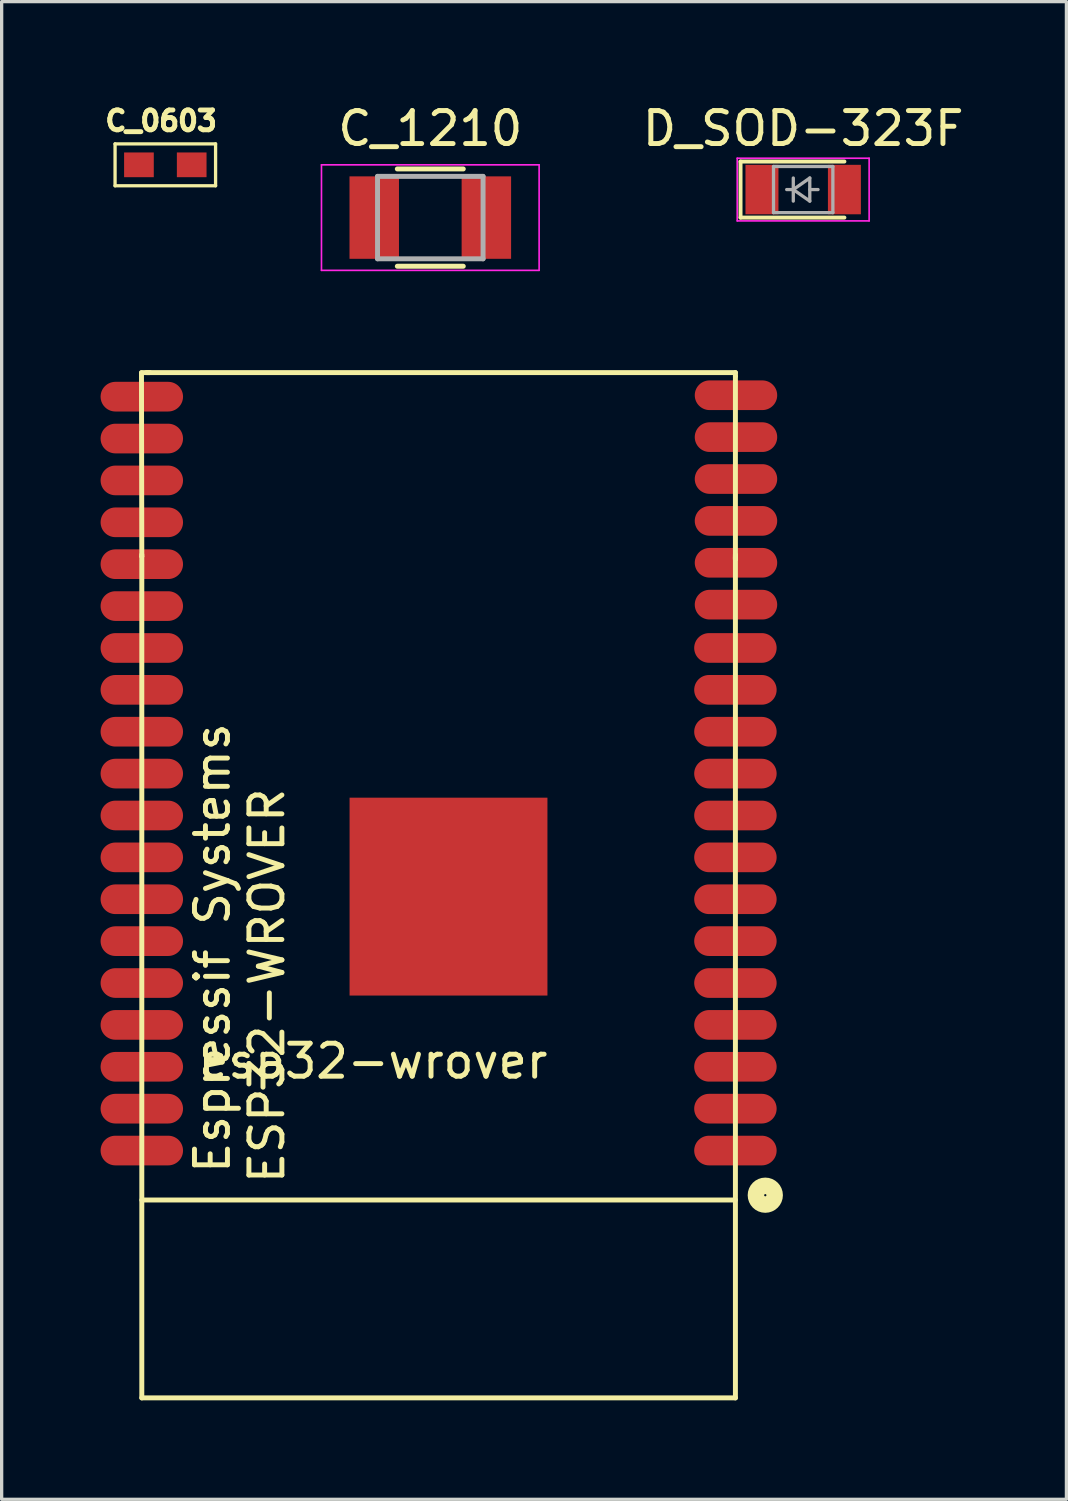
<source format=kicad_pcb>
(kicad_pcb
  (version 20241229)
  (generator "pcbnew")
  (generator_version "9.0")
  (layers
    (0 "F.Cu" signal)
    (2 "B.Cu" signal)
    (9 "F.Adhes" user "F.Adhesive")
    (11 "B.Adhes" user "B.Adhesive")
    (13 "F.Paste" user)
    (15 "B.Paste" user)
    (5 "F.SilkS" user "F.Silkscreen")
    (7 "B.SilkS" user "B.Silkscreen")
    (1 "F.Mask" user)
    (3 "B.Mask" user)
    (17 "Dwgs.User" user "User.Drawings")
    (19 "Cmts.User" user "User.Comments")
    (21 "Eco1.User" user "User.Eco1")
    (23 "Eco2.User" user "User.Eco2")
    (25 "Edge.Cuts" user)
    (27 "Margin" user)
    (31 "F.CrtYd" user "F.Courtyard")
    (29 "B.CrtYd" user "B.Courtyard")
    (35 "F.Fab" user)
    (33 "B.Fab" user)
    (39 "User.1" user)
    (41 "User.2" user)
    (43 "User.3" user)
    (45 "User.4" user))
  (footprint "C_1210"
    (layer "F.Cu")
    (at 9.998 3.548)
    (property "Reference" "C_1210" (at 0 -2.7 0) (layer "F.SilkS") (effects (font (size 1 1) (thickness 0.15))))
    (attr smd)
    (fp_line (start -1 1.475) (end 1 1.475) (stroke (width 0.15) (type solid)) (layer "F.SilkS"))
    (fp_line (start 1 -1.475) (end -1 -1.475) (stroke (width 0.15) (type solid)) (layer "F.SilkS"))
    (fp_line (start -3.3 -1.6) (end -3.3 1.6) (stroke (width 0.05) (type solid)) (layer "F.CrtYd"))
    (fp_line (start -3.3 -1.6) (end 3.3 -1.6) (stroke (width 0.05) (type solid)) (layer "F.CrtYd"))
    (fp_line (start -3.3 1.6) (end 3.3 1.6) (stroke (width 0.05) (type solid)) (layer "F.CrtYd"))
    (fp_line (start 3.3 -1.6) (end 3.3 1.6) (stroke (width 0.05) (type solid)) (layer "F.CrtYd"))
    (fp_line (start -1.6 -1.25) (end 1.6 -1.25) (stroke (width 0.15) (type solid)) (layer "F.Fab"))
    (fp_line (start -1.6 1.25) (end -1.6 -1.25) (stroke (width 0.15) (type solid)) (layer "F.Fab"))
    (fp_line (start 1.6 -1.25) (end 1.6 1.25) (stroke (width 0.15) (type solid)) (layer "F.Fab"))
    (fp_line (start 1.6 1.25) (end -1.6 1.25) (stroke (width 0.15) (type solid)) (layer "F.Fab"))
    (pad "1" smd rect (at -1.7 0) (size 1.5 2.5) (layers "F.Cu" "F.Mask" "F.Paste"))
    (pad "2" smd rect (at 1.7 0) (size 1.5 2.5) (layers "F.Cu" "F.Mask" "F.Paste")))
  (footprint "D_SOD-323F"
    (layer "F.Cu")
    (at 21.305 2.698)
    (property "Reference" "D_SOD-323F" (at 0 -1.85 0) (layer "F.SilkS") (effects (font (size 1 1) (thickness 0.15))))
    (attr smd)
    (fp_line (start -1.9 -0.85) (end -1.9 0.85) (stroke (width 0.12) (type solid)) (layer "F.SilkS"))
    (fp_line (start -1.9 -0.85) (end 1.25 -0.85) (stroke (width 0.12) (type solid)) (layer "F.SilkS"))
    (fp_line (start -1.9 0.85) (end 1.25 0.85) (stroke (width 0.12) (type solid)) (layer "F.SilkS"))
    (fp_line (start -2 -0.95) (end -2 0.95) (stroke (width 0.05) (type solid)) (layer "F.CrtYd"))
    (fp_line (start -2 -0.95) (end 2 -0.95) (stroke (width 0.05) (type solid)) (layer "F.CrtYd"))
    (fp_line (start -2 0.95) (end 2 0.95) (stroke (width 0.05) (type solid)) (layer "F.CrtYd"))
    (fp_line (start 2 -0.95) (end 2 0.95) (stroke (width 0.05) (type solid)) (layer "F.CrtYd"))
    (fp_line (start -0.9 -0.7) (end 0.9 -0.7) (stroke (width 0.1) (type solid)) (layer "F.Fab"))
    (fp_line (start -0.9 0.7) (end -0.9 -0.7) (stroke (width 0.1) (type solid)) (layer "F.Fab"))
    (fp_line (start -0.3 -0.35) (end -0.3 0.35) (stroke (width 0.1) (type solid)) (layer "F.Fab"))
    (fp_line (start -0.3 0) (end -0.5 0) (stroke (width 0.1) (type solid)) (layer "F.Fab"))
    (fp_line (start -0.3 0) (end 0.2 -0.35) (stroke (width 0.1) (type solid)) (layer "F.Fab"))
    (fp_line (start 0.2 -0.35) (end 0.2 0.35) (stroke (width 0.1) (type solid)) (layer "F.Fab"))
    (fp_line (start 0.2 0) (end 0.45 0) (stroke (width 0.1) (type solid)) (layer "F.Fab"))
    (fp_line (start 0.2 0.35) (end -0.3 0) (stroke (width 0.1) (type solid)) (layer "F.Fab"))
    (fp_line (start 0.9 -0.7) (end 0.9 0.7) (stroke (width 0.1) (type solid)) (layer "F.Fab"))
    (fp_line (start 0.9 0.7) (end -0.9 0.7) (stroke (width 0.1) (type solid)) (layer "F.Fab"))
    (pad "1" smd rect (at -1.25 0) (size 1 1.5) (layers "F.Cu" "F.Mask" "F.Paste"))
    (pad "2" smd rect (at 1.25 0) (size 1 1.5) (layers "F.Cu" "F.Mask" "F.Paste")))
  (footprint "esp32-wrover"
    (layer "F.Cu")
    (at 10.25 26.588)
    (property "Reference" "esp32-wrover" (at -1.968 2.54 0) (layer "F.SilkS") (effects (font (size 1 1) (thickness 0.15))))
    (attr through_hole)
    (fp_line (start -9 -12.82) (end -9 -12.77) (stroke (width 0.15) (type solid)) (layer "F.SilkS"))
    (fp_line (start -9 -12.77) (end -9.01 -18.33) (stroke (width 0.15) (type solid)) (layer "F.SilkS"))
    (fp_line (start -9 6.75) (end 9 6.75) (stroke (width 0.15) (type solid)) (layer "F.SilkS"))
    (fp_line (start -9 12.75) (end -9 -12.75) (stroke (width 0.15) (type solid)) (layer "F.SilkS"))
    (fp_line (start -9 12.75) (end 9 12.75) (stroke (width 0.15) (type solid)) (layer "F.SilkS"))
    (fp_line (start -8.76 -18.34) (end -9.01 -18.34) (stroke (width 0.15) (type solid)) (layer "F.SilkS"))
    (fp_line (start 9 -18.34) (end -8.86 -18.34) (stroke (width 0.15) (type solid)) (layer "F.SilkS"))
    (fp_line (start 9 -18.23) (end 9 -18.34) (stroke (width 0.15) (type solid)) (layer "F.SilkS"))
    (fp_line (start 9 -12.82) (end 9 -12.68) (stroke (width 0.15) (type solid)) (layer "F.SilkS"))
    (fp_line (start 9 -12.68) (end 9 -18.23) (stroke (width 0.15) (type solid)) (layer "F.SilkS"))
    (fp_line (start 9 12.75) (end 9 -12.75) (stroke (width 0.15) (type solid)) (layer "F.SilkS"))
    (fp_circle (center 9.906 6.604) (end 10.033 6.858) (stroke (width 0.5) (type solid)) (fill no) (layer "F.SilkS"))
    (fp_text user "Espressif Systems" (at -6.858 -0.889 90) (layer "F.SilkS") (effects (font (size 1 1) (thickness 0.15))))
    (fp_text user "ESP32-WROVER" (at -5.207 0.254 90) (layer "F.SilkS") (effects (font (size 1 1) (thickness 0.15))))
    (pad "1" smd oval (at 9 5.25) (size 2.5 0.9) (layers "F.Cu" "F.Mask" "F.Paste"))
    (pad "2" smd oval (at 9 3.98) (size 2.5 0.9) (layers "F.Cu" "F.Mask" "F.Paste"))
    (pad "3" smd oval (at 9 2.71) (size 2.5 0.9) (layers "F.Cu" "F.Mask" "F.Paste"))
    (pad "4" smd oval (at 9 1.44) (size 2.5 0.9) (layers "F.Cu" "F.Mask" "F.Paste"))
    (pad "5" smd oval (at 9 0.17) (size 2.5 0.9) (layers "F.Cu" "F.Mask" "F.Paste"))
    (pad "6" smd oval (at 9 -1.1) (size 2.5 0.9) (layers "F.Cu" "F.Mask" "F.Paste"))
    (pad "7" smd oval (at 9 -2.37) (size 2.5 0.9) (layers "F.Cu" "F.Mask" "F.Paste"))
    (pad "8" smd oval (at 9 -3.64) (size 2.5 0.9) (layers "F.Cu" "F.Mask" "F.Paste"))
    (pad "9" smd oval (at 9 -4.91) (size 2.5 0.9) (layers "F.Cu" "F.Mask" "F.Paste"))
    (pad "10" smd oval (at 9 -6.18) (size 2.5 0.9) (layers "F.Cu" "F.Mask" "F.Paste"))
    (pad "11" smd oval (at 9 -7.45) (size 2.5 0.9) (layers "F.Cu" "F.Mask" "F.Paste"))
    (pad "12" smd oval (at 9 -8.72) (size 2.5 0.9) (layers "F.Cu" "F.Mask" "F.Paste"))
    (pad "13" smd oval (at 9 -9.99) (size 2.5 0.9) (layers "F.Cu" "F.Mask" "F.Paste"))
    (pad "14" smd oval (at 9.017 -11.303) (size 2.5 0.9) (layers "F.Cu" "F.Mask" "F.Paste"))
    (pad "15" smd oval (at 9.017 -12.573) (size 2.5 0.9) (layers "F.Cu" "F.Mask" "F.Paste"))
    (pad "16" smd oval (at 9.017 -13.843) (size 2.5 0.9) (layers "F.Cu" "F.Mask" "F.Paste"))
    (pad "17" smd oval (at 9.017 -15.113) (size 2.5 0.9) (layers "F.Cu" "F.Mask" "F.Paste"))
    (pad "18" smd oval (at 9.017 -16.383) (size 2.5 0.9) (layers "F.Cu" "F.Mask" "F.Paste"))
    (pad "19" smd oval (at 9.017 -17.653) (size 2.5 0.9) (layers "F.Cu" "F.Mask" "F.Paste"))
    (pad "20" smd oval (at -9 -17.61) (size 2.5 0.9) (layers "F.Cu" "F.Mask" "F.Paste"))
    (pad "21" smd oval (at -9 -16.34) (size 2.5 0.9) (layers "F.Cu" "F.Mask" "F.Paste"))
    (pad "22" smd oval (at -9 -15.07) (size 2.5 0.9) (layers "F.Cu" "F.Mask" "F.Paste"))
    (pad "23" smd oval (at -9 -13.8) (size 2.5 0.9) (layers "F.Cu" "F.Mask" "F.Paste"))
    (pad "24" smd oval (at -9 -12.53) (size 2.5 0.9) (layers "F.Cu" "F.Mask" "F.Paste"))
    (pad "25" smd oval (at -9 -11.26) (size 2.5 0.9) (layers "F.Cu" "F.Mask" "F.Paste"))
    (pad "26" smd oval (at -9 -9.99) (size 2.5 0.9) (layers "F.Cu" "F.Mask" "F.Paste"))
    (pad "27" smd oval (at -9 -8.72) (size 2.5 0.9) (layers "F.Cu" "F.Mask" "F.Paste"))
    (pad "28" smd oval (at -9 -7.45) (size 2.5 0.9) (layers "F.Cu" "F.Mask" "F.Paste"))
    (pad "29" smd oval (at -9 -6.18) (size 2.5 0.9) (layers "F.Cu" "F.Mask" "F.Paste"))
    (pad "30" smd oval (at -9 -4.91) (size 2.5 0.9) (layers "F.Cu" "F.Mask" "F.Paste"))
    (pad "31" smd oval (at -9 -3.64) (size 2.5 0.9) (layers "F.Cu" "F.Mask" "F.Paste"))
    (pad "32" smd oval (at -9 -2.37) (size 2.5 0.9) (layers "F.Cu" "F.Mask" "F.Paste"))
    (pad "33" smd oval (at -9 -1.1) (size 2.5 0.9) (layers "F.Cu" "F.Mask" "F.Paste"))
    (pad "34" smd oval (at -9 0.17) (size 2.5 0.9) (layers "F.Cu" "F.Mask" "F.Paste"))
    (pad "35" smd oval (at -9 1.44) (size 2.5 0.9) (layers "F.Cu" "F.Mask" "F.Paste"))
    (pad "36" smd oval (at -9 2.71) (size 2.5 0.9) (layers "F.Cu" "F.Mask" "F.Paste"))
    (pad "37" smd oval (at -9 3.98) (size 2.5 0.9) (layers "F.Cu" "F.Mask" "F.Paste"))
    (pad "38" smd oval (at -9 5.25) (size 2.5 0.9) (layers "F.Cu" "F.Mask" "F.Paste"))
    (pad "39" smd rect (at 0.3 -2.45) (size 6 6) (layers "F.Cu" "F.Mask" "F.Paste")))
  (footprint "C_0603"
    (layer "F.Cu")
    (at 1.963 1.948)
    (property "Reference" "C_0603" (at -0.127 -1.333 180) (layer "F.SilkS") (effects (font (size 0.6 0.6) (thickness 0.15))))
    (attr smd)
    (fp_line (start -1.524 -0.635) (end 1.524 -0.635) (stroke (width 0.1) (type solid)) (layer "F.SilkS"))
    (fp_line (start -1.524 0.635) (end -1.524 -0.635) (stroke (width 0.1) (type solid)) (layer "F.SilkS"))
    (fp_line (start 1.524 -0.635) (end 1.524 0.635) (stroke (width 0.1) (type solid)) (layer "F.SilkS"))
    (fp_line (start 1.524 0.635) (end -1.524 0.635) (stroke (width 0.1) (type solid)) (layer "F.SilkS"))
    (pad "1" smd rect (at -0.8 0) (size 0.9 0.75) (layers "F.Cu" "F.Mask" "F.Paste"))
    (pad "2" smd rect (at 0.8 0) (size 0.9 0.75) (layers "F.Cu" "F.Mask" "F.Paste")))
  (gr_rect
    (start -3 -3)
    (end 29.287 42.413)
    (stroke (width 0.1) (type default))
    (fill no)
    (layer "Edge.Cuts")))
</source>
